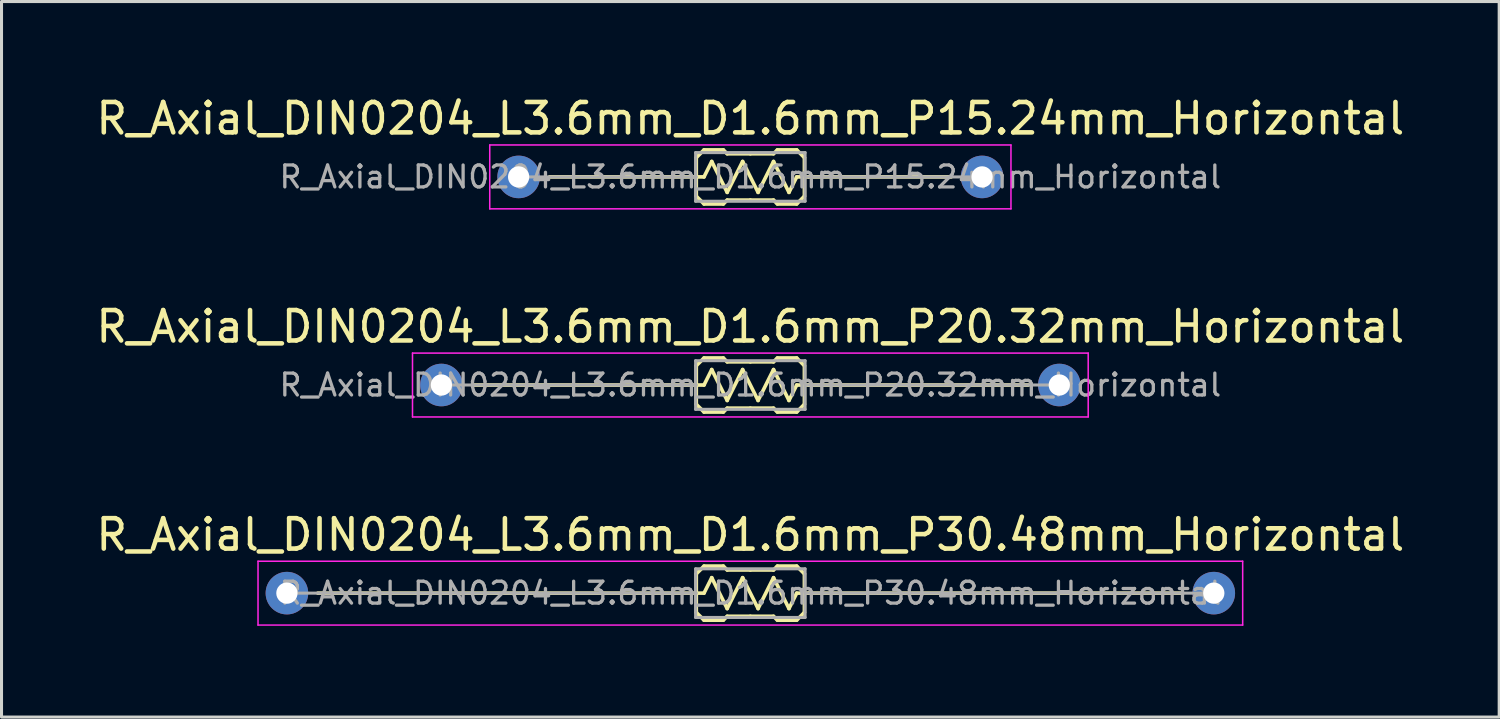
<source format=kicad_pcb>
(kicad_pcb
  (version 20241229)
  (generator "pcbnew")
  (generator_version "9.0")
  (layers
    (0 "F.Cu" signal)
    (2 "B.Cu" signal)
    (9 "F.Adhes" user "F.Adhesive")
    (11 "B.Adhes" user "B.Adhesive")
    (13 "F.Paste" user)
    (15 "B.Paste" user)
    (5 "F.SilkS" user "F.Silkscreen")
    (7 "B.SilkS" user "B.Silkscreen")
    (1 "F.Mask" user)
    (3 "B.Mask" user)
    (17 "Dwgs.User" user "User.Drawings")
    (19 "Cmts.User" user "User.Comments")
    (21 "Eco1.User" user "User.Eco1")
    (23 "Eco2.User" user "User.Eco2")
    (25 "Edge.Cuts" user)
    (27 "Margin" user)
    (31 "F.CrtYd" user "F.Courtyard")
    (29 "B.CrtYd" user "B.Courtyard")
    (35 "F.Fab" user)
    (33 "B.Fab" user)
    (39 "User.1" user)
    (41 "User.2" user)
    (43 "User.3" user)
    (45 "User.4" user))
  (footprint "R_Axial_DIN0204_L3.6mm_D1.6mm_P15.24mm_Horizontal"
    (layer "F.Cu")
    (at 14.005 2.768)
    (property "Reference" "R_Axial_DIN0204_L3.6mm_D1.6mm_P15.24mm_Horizontal" (at 7.62 -1.92 0) (layer "F.SilkS") (effects (font (size 1 1) (thickness 0.15))))
    (attr through_hole)
    (fp_line (start 1.016 0) (end 5.7 0) (stroke (width 0.12) (type solid)) (layer "F.SilkS"))
    (fp_line (start 5.7 0) (end 5.842 0) (stroke (width 0.12) (type solid)) (layer "F.SilkS"))
    (fp_line (start 5.842 -0.635) (end 6.096 -0.889) (stroke (width 0.12) (type solid)) (layer "F.SilkS"))
    (fp_line (start 5.842 0.635) (end 5.842 -0.635) (stroke (width 0.12) (type solid)) (layer "F.SilkS"))
    (fp_line (start 5.842 0.635) (end 6.096 0.889) (stroke (width 0.12) (type solid)) (layer "F.SilkS"))
    (fp_line (start 6.096 -0.889) (end 6.731 -0.889) (stroke (width 0.12) (type solid)) (layer "F.SilkS"))
    (fp_line (start 6.096 0) (end 5.842 0) (stroke (width 0.12) (type solid)) (layer "F.SilkS"))
    (fp_line (start 6.096 0) (end 6.35 -0.508) (stroke (width 0.12) (type solid)) (layer "F.SilkS"))
    (fp_line (start 6.096 0.889) (end 6.731 0.889) (stroke (width 0.12) (type solid)) (layer "F.SilkS"))
    (fp_line (start 6.35 -0.508) (end 6.858 0.508) (stroke (width 0.12) (type solid)) (layer "F.SilkS"))
    (fp_line (start 6.731 -0.889) (end 6.858 -0.762) (stroke (width 0.12) (type solid)) (layer "F.SilkS"))
    (fp_line (start 6.731 0.889) (end 6.858 0.762) (stroke (width 0.12) (type solid)) (layer "F.SilkS"))
    (fp_line (start 6.858 -0.762) (end 7.62 -0.762) (stroke (width 0.12) (type solid)) (layer "F.SilkS"))
    (fp_line (start 6.858 0.508) (end 7.366 -0.508) (stroke (width 0.12) (type solid)) (layer "F.SilkS"))
    (fp_line (start 6.858 0.762) (end 7.62 0.762) (stroke (width 0.12) (type solid)) (layer "F.SilkS"))
    (fp_line (start 7.366 -0.508) (end 7.874 0.508) (stroke (width 0.12) (type solid)) (layer "F.SilkS"))
    (fp_line (start 7.874 0.508) (end 8.382 -0.508) (stroke (width 0.12) (type solid)) (layer "F.SilkS"))
    (fp_line (start 8.382 -0.762) (end 7.62 -0.762) (stroke (width 0.12) (type solid)) (layer "F.SilkS"))
    (fp_line (start 8.382 -0.508) (end 8.89 0.508) (stroke (width 0.12) (type solid)) (layer "F.SilkS"))
    (fp_line (start 8.382 0.762) (end 7.62 0.762) (stroke (width 0.12) (type solid)) (layer "F.SilkS"))
    (fp_line (start 8.509 -0.889) (end 8.382 -0.762) (stroke (width 0.12) (type solid)) (layer "F.SilkS"))
    (fp_line (start 8.509 0.889) (end 8.382 0.762) (stroke (width 0.12) (type solid)) (layer "F.SilkS"))
    (fp_line (start 8.89 0.508) (end 9.144 0) (stroke (width 0.12) (type solid)) (layer "F.SilkS"))
    (fp_line (start 9.144 -0.889) (end 8.509 -0.889) (stroke (width 0.12) (type solid)) (layer "F.SilkS"))
    (fp_line (start 9.144 0) (end 9.398 0) (stroke (width 0.12) (type solid)) (layer "F.SilkS"))
    (fp_line (start 9.144 0.889) (end 8.509 0.889) (stroke (width 0.12) (type solid)) (layer "F.SilkS"))
    (fp_line (start 9.398 -0.635) (end 9.144 -0.889) (stroke (width 0.12) (type solid)) (layer "F.SilkS"))
    (fp_line (start 9.398 -0.635) (end 9.398 0.635) (stroke (width 0.12) (type solid)) (layer "F.SilkS"))
    (fp_line (start 9.398 0.635) (end 9.144 0.889) (stroke (width 0.12) (type solid)) (layer "F.SilkS"))
    (fp_line (start 9.525 0) (end 9.398 0) (stroke (width 0.12) (type solid)) (layer "F.SilkS"))
    (fp_line (start 14.224 0) (end 9.54 0) (stroke (width 0.12) (type solid)) (layer "F.SilkS"))
    (fp_line (start -0.95 -1.05) (end -0.95 1.05) (stroke (width 0.05) (type solid)) (layer "F.CrtYd"))
    (fp_line (start -0.95 1.05) (end 16.19 1.05) (stroke (width 0.05) (type solid)) (layer "F.CrtYd"))
    (fp_line (start 16.19 -1.05) (end -0.95 -1.05) (stroke (width 0.05) (type solid)) (layer "F.CrtYd"))
    (fp_line (start 16.19 1.05) (end 16.19 -1.05) (stroke (width 0.05) (type solid)) (layer "F.CrtYd"))
    (fp_line (start 0 0) (end 5.842 0) (stroke (width 0.1) (type solid)) (layer "F.Fab"))
    (fp_line (start 5.82 -0.8) (end 5.82 0.8) (stroke (width 0.1) (type solid)) (layer "F.Fab"))
    (fp_line (start 5.82 0.8) (end 9.42 0.8) (stroke (width 0.1) (type solid)) (layer "F.Fab"))
    (fp_line (start 9.42 -0.8) (end 5.82 -0.8) (stroke (width 0.1) (type solid)) (layer "F.Fab"))
    (fp_line (start 9.42 0.8) (end 9.42 -0.8) (stroke (width 0.1) (type solid)) (layer "F.Fab"))
    (fp_line (start 15.24 0) (end 9.42 0) (stroke (width 0.1) (type solid)) (layer "F.Fab"))
    (fp_text user "${REFERENCE}" (at 7.62 0 0) (layer "F.Fab") (effects (font (size 0.72 0.72) (thickness 0.108))))
    (pad "1" thru_hole circle (at 0 0) (size 1.4 1.4) (drill 0.7) (layers "*.Cu" "*.Mask"))
    (pad "2" thru_hole oval (at 15.24 0) (size 1.4 1.4) (drill 0.7) (layers "*.Cu" "*.Mask")))
  (footprint "R_Axial_DIN0204_L3.6mm_D1.6mm_P30.48mm_Horizontal"
    (layer "F.Cu")
    (at 6.385 16.455)
    (property "Reference" "R_Axial_DIN0204_L3.6mm_D1.6mm_P30.48mm_Horizontal" (at 15.24 -1.92 0) (layer "F.SilkS") (effects (font (size 1 1) (thickness 0.15))))
    (attr through_hole)
    (fp_line (start 1.016 0) (end 13.32 0) (stroke (width 0.12) (type solid)) (layer "F.SilkS"))
    (fp_line (start 13.32 0) (end 13.462 0) (stroke (width 0.12) (type solid)) (layer "F.SilkS"))
    (fp_line (start 13.462 -0.635) (end 13.716 -0.889) (stroke (width 0.12) (type solid)) (layer "F.SilkS"))
    (fp_line (start 13.462 0.635) (end 13.462 -0.635) (stroke (width 0.12) (type solid)) (layer "F.SilkS"))
    (fp_line (start 13.462 0.635) (end 13.716 0.889) (stroke (width 0.12) (type solid)) (layer "F.SilkS"))
    (fp_line (start 13.716 -0.889) (end 14.351 -0.889) (stroke (width 0.12) (type solid)) (layer "F.SilkS"))
    (fp_line (start 13.716 0) (end 13.462 0) (stroke (width 0.12) (type solid)) (layer "F.SilkS"))
    (fp_line (start 13.716 0) (end 13.97 -0.508) (stroke (width 0.12) (type solid)) (layer "F.SilkS"))
    (fp_line (start 13.716 0.889) (end 14.351 0.889) (stroke (width 0.12) (type solid)) (layer "F.SilkS"))
    (fp_line (start 13.97 -0.508) (end 14.478 0.508) (stroke (width 0.12) (type solid)) (layer "F.SilkS"))
    (fp_line (start 14.351 -0.889) (end 14.478 -0.762) (stroke (width 0.12) (type solid)) (layer "F.SilkS"))
    (fp_line (start 14.351 0.889) (end 14.478 0.762) (stroke (width 0.12) (type solid)) (layer "F.SilkS"))
    (fp_line (start 14.478 -0.762) (end 15.24 -0.762) (stroke (width 0.12) (type solid)) (layer "F.SilkS"))
    (fp_line (start 14.478 0.508) (end 14.986 -0.508) (stroke (width 0.12) (type solid)) (layer "F.SilkS"))
    (fp_line (start 14.478 0.762) (end 15.24 0.762) (stroke (width 0.12) (type solid)) (layer "F.SilkS"))
    (fp_line (start 14.986 -0.508) (end 15.494 0.508) (stroke (width 0.12) (type solid)) (layer "F.SilkS"))
    (fp_line (start 15.494 0.508) (end 16.002 -0.508) (stroke (width 0.12) (type solid)) (layer "F.SilkS"))
    (fp_line (start 16.002 -0.762) (end 15.24 -0.762) (stroke (width 0.12) (type solid)) (layer "F.SilkS"))
    (fp_line (start 16.002 -0.508) (end 16.51 0.508) (stroke (width 0.12) (type solid)) (layer "F.SilkS"))
    (fp_line (start 16.002 0.762) (end 15.24 0.762) (stroke (width 0.12) (type solid)) (layer "F.SilkS"))
    (fp_line (start 16.129 -0.889) (end 16.002 -0.762) (stroke (width 0.12) (type solid)) (layer "F.SilkS"))
    (fp_line (start 16.129 0.889) (end 16.002 0.762) (stroke (width 0.12) (type solid)) (layer "F.SilkS"))
    (fp_line (start 16.51 0.508) (end 16.764 0) (stroke (width 0.12) (type solid)) (layer "F.SilkS"))
    (fp_line (start 16.764 -0.889) (end 16.129 -0.889) (stroke (width 0.12) (type solid)) (layer "F.SilkS"))
    (fp_line (start 16.764 0) (end 17.018 0) (stroke (width 0.12) (type solid)) (layer "F.SilkS"))
    (fp_line (start 16.764 0.889) (end 16.129 0.889) (stroke (width 0.12) (type solid)) (layer "F.SilkS"))
    (fp_line (start 17.018 -0.635) (end 16.764 -0.889) (stroke (width 0.12) (type solid)) (layer "F.SilkS"))
    (fp_line (start 17.018 -0.635) (end 17.018 0.635) (stroke (width 0.12) (type solid)) (layer "F.SilkS"))
    (fp_line (start 17.018 0.635) (end 16.764 0.889) (stroke (width 0.12) (type solid)) (layer "F.SilkS"))
    (fp_line (start 17.145 0) (end 17.018 0) (stroke (width 0.12) (type solid)) (layer "F.SilkS"))
    (fp_line (start 29.464 0) (end 17.16 0) (stroke (width 0.12) (type solid)) (layer "F.SilkS"))
    (fp_line (start -0.95 -1.05) (end -0.95 1.05) (stroke (width 0.05) (type solid)) (layer "F.CrtYd"))
    (fp_line (start -0.95 1.05) (end 31.43 1.05) (stroke (width 0.05) (type solid)) (layer "F.CrtYd"))
    (fp_line (start 31.43 -1.05) (end -0.95 -1.05) (stroke (width 0.05) (type solid)) (layer "F.CrtYd"))
    (fp_line (start 31.43 1.05) (end 31.43 -1.05) (stroke (width 0.05) (type solid)) (layer "F.CrtYd"))
    (fp_line (start 0 0) (end 13.462 0) (stroke (width 0.1) (type solid)) (layer "F.Fab"))
    (fp_line (start 13.44 -0.8) (end 13.44 0.8) (stroke (width 0.1) (type solid)) (layer "F.Fab"))
    (fp_line (start 13.44 0.8) (end 17.04 0.8) (stroke (width 0.1) (type solid)) (layer "F.Fab"))
    (fp_line (start 17.04 -0.8) (end 13.44 -0.8) (stroke (width 0.1) (type solid)) (layer "F.Fab"))
    (fp_line (start 17.04 0.8) (end 17.04 -0.8) (stroke (width 0.1) (type solid)) (layer "F.Fab"))
    (fp_line (start 30.48 0) (end 17.04 0) (stroke (width 0.1) (type solid)) (layer "F.Fab"))
    (fp_text user "${REFERENCE}" (at 15.24 0 0) (layer "F.Fab") (effects (font (size 0.72 0.72) (thickness 0.108))))
    (pad "1" thru_hole circle (at 0 0) (size 1.4 1.4) (drill 0.7) (layers "*.Cu" "*.Mask"))
    (pad "2" thru_hole oval (at 30.48 0) (size 1.4 1.4) (drill 0.7) (layers "*.Cu" "*.Mask")))
  (footprint "R_Axial_DIN0204_L3.6mm_D1.6mm_P20.32mm_Horizontal"
    (layer "F.Cu")
    (at 11.465 9.611)
    (property "Reference" "R_Axial_DIN0204_L3.6mm_D1.6mm_P20.32mm_Horizontal" (at 10.16 -1.92 0) (layer "F.SilkS") (effects (font (size 1 1) (thickness 0.15))))
    (attr through_hole)
    (fp_line (start 1.016 0) (end 8.24 0) (stroke (width 0.12) (type solid)) (layer "F.SilkS"))
    (fp_line (start 8.24 0) (end 8.382 0) (stroke (width 0.12) (type solid)) (layer "F.SilkS"))
    (fp_line (start 8.382 -0.635) (end 8.636 -0.889) (stroke (width 0.12) (type solid)) (layer "F.SilkS"))
    (fp_line (start 8.382 0.635) (end 8.382 -0.635) (stroke (width 0.12) (type solid)) (layer "F.SilkS"))
    (fp_line (start 8.382 0.635) (end 8.636 0.889) (stroke (width 0.12) (type solid)) (layer "F.SilkS"))
    (fp_line (start 8.636 -0.889) (end 9.271 -0.889) (stroke (width 0.12) (type solid)) (layer "F.SilkS"))
    (fp_line (start 8.636 0) (end 8.382 0) (stroke (width 0.12) (type solid)) (layer "F.SilkS"))
    (fp_line (start 8.636 0) (end 8.89 -0.508) (stroke (width 0.12) (type solid)) (layer "F.SilkS"))
    (fp_line (start 8.636 0.889) (end 9.271 0.889) (stroke (width 0.12) (type solid)) (layer "F.SilkS"))
    (fp_line (start 8.89 -0.508) (end 9.398 0.508) (stroke (width 0.12) (type solid)) (layer "F.SilkS"))
    (fp_line (start 9.271 -0.889) (end 9.398 -0.762) (stroke (width 0.12) (type solid)) (layer "F.SilkS"))
    (fp_line (start 9.271 0.889) (end 9.398 0.762) (stroke (width 0.12) (type solid)) (layer "F.SilkS"))
    (fp_line (start 9.398 -0.762) (end 10.16 -0.762) (stroke (width 0.12) (type solid)) (layer "F.SilkS"))
    (fp_line (start 9.398 0.508) (end 9.906 -0.508) (stroke (width 0.12) (type solid)) (layer "F.SilkS"))
    (fp_line (start 9.398 0.762) (end 10.16 0.762) (stroke (width 0.12) (type solid)) (layer "F.SilkS"))
    (fp_line (start 9.906 -0.508) (end 10.414 0.508) (stroke (width 0.12) (type solid)) (layer "F.SilkS"))
    (fp_line (start 10.414 0.508) (end 10.922 -0.508) (stroke (width 0.12) (type solid)) (layer "F.SilkS"))
    (fp_line (start 10.922 -0.762) (end 10.16 -0.762) (stroke (width 0.12) (type solid)) (layer "F.SilkS"))
    (fp_line (start 10.922 -0.508) (end 11.43 0.508) (stroke (width 0.12) (type solid)) (layer "F.SilkS"))
    (fp_line (start 10.922 0.762) (end 10.16 0.762) (stroke (width 0.12) (type solid)) (layer "F.SilkS"))
    (fp_line (start 11.049 -0.889) (end 10.922 -0.762) (stroke (width 0.12) (type solid)) (layer "F.SilkS"))
    (fp_line (start 11.049 0.889) (end 10.922 0.762) (stroke (width 0.12) (type solid)) (layer "F.SilkS"))
    (fp_line (start 11.43 0.508) (end 11.684 0) (stroke (width 0.12) (type solid)) (layer "F.SilkS"))
    (fp_line (start 11.684 -0.889) (end 11.049 -0.889) (stroke (width 0.12) (type solid)) (layer "F.SilkS"))
    (fp_line (start 11.684 0) (end 11.938 0) (stroke (width 0.12) (type solid)) (layer "F.SilkS"))
    (fp_line (start 11.684 0.889) (end 11.049 0.889) (stroke (width 0.12) (type solid)) (layer "F.SilkS"))
    (fp_line (start 11.938 -0.635) (end 11.684 -0.889) (stroke (width 0.12) (type solid)) (layer "F.SilkS"))
    (fp_line (start 11.938 -0.635) (end 11.938 0.635) (stroke (width 0.12) (type solid)) (layer "F.SilkS"))
    (fp_line (start 11.938 0.635) (end 11.684 0.889) (stroke (width 0.12) (type solid)) (layer "F.SilkS"))
    (fp_line (start 12.065 0) (end 11.938 0) (stroke (width 0.12) (type solid)) (layer "F.SilkS"))
    (fp_line (start 19.304 0) (end 12.08 0) (stroke (width 0.12) (type solid)) (layer "F.SilkS"))
    (fp_line (start -0.95 -1.05) (end -0.95 1.05) (stroke (width 0.05) (type solid)) (layer "F.CrtYd"))
    (fp_line (start -0.95 1.05) (end 21.27 1.05) (stroke (width 0.05) (type solid)) (layer "F.CrtYd"))
    (fp_line (start 21.27 -1.05) (end -0.95 -1.05) (stroke (width 0.05) (type solid)) (layer "F.CrtYd"))
    (fp_line (start 21.27 1.05) (end 21.27 -1.05) (stroke (width 0.05) (type solid)) (layer "F.CrtYd"))
    (fp_line (start 0 0) (end 8.382 0) (stroke (width 0.1) (type solid)) (layer "F.Fab"))
    (fp_line (start 8.36 -0.8) (end 8.36 0.8) (stroke (width 0.1) (type solid)) (layer "F.Fab"))
    (fp_line (start 8.36 0.8) (end 11.96 0.8) (stroke (width 0.1) (type solid)) (layer "F.Fab"))
    (fp_line (start 11.96 -0.8) (end 8.36 -0.8) (stroke (width 0.1) (type solid)) (layer "F.Fab"))
    (fp_line (start 11.96 0.8) (end 11.96 -0.8) (stroke (width 0.1) (type solid)) (layer "F.Fab"))
    (fp_line (start 20.32 0) (end 11.96 0) (stroke (width 0.1) (type solid)) (layer "F.Fab"))
    (fp_text user "${REFERENCE}" (at 10.16 0 0) (layer "F.Fab") (effects (font (size 0.72 0.72) (thickness 0.108))))
    (pad "1" thru_hole circle (at 0 0) (size 1.4 1.4) (drill 0.7) (layers "*.Cu" "*.Mask"))
    (pad "2" thru_hole oval (at 20.32 0) (size 1.4 1.4) (drill 0.7) (layers "*.Cu" "*.Mask")))
  (gr_rect
    (start -3 -3)
    (end 46.25 20.53)
    (stroke (width 0.1) (type default))
    (fill no)
    (layer "Edge.Cuts")))
</source>
